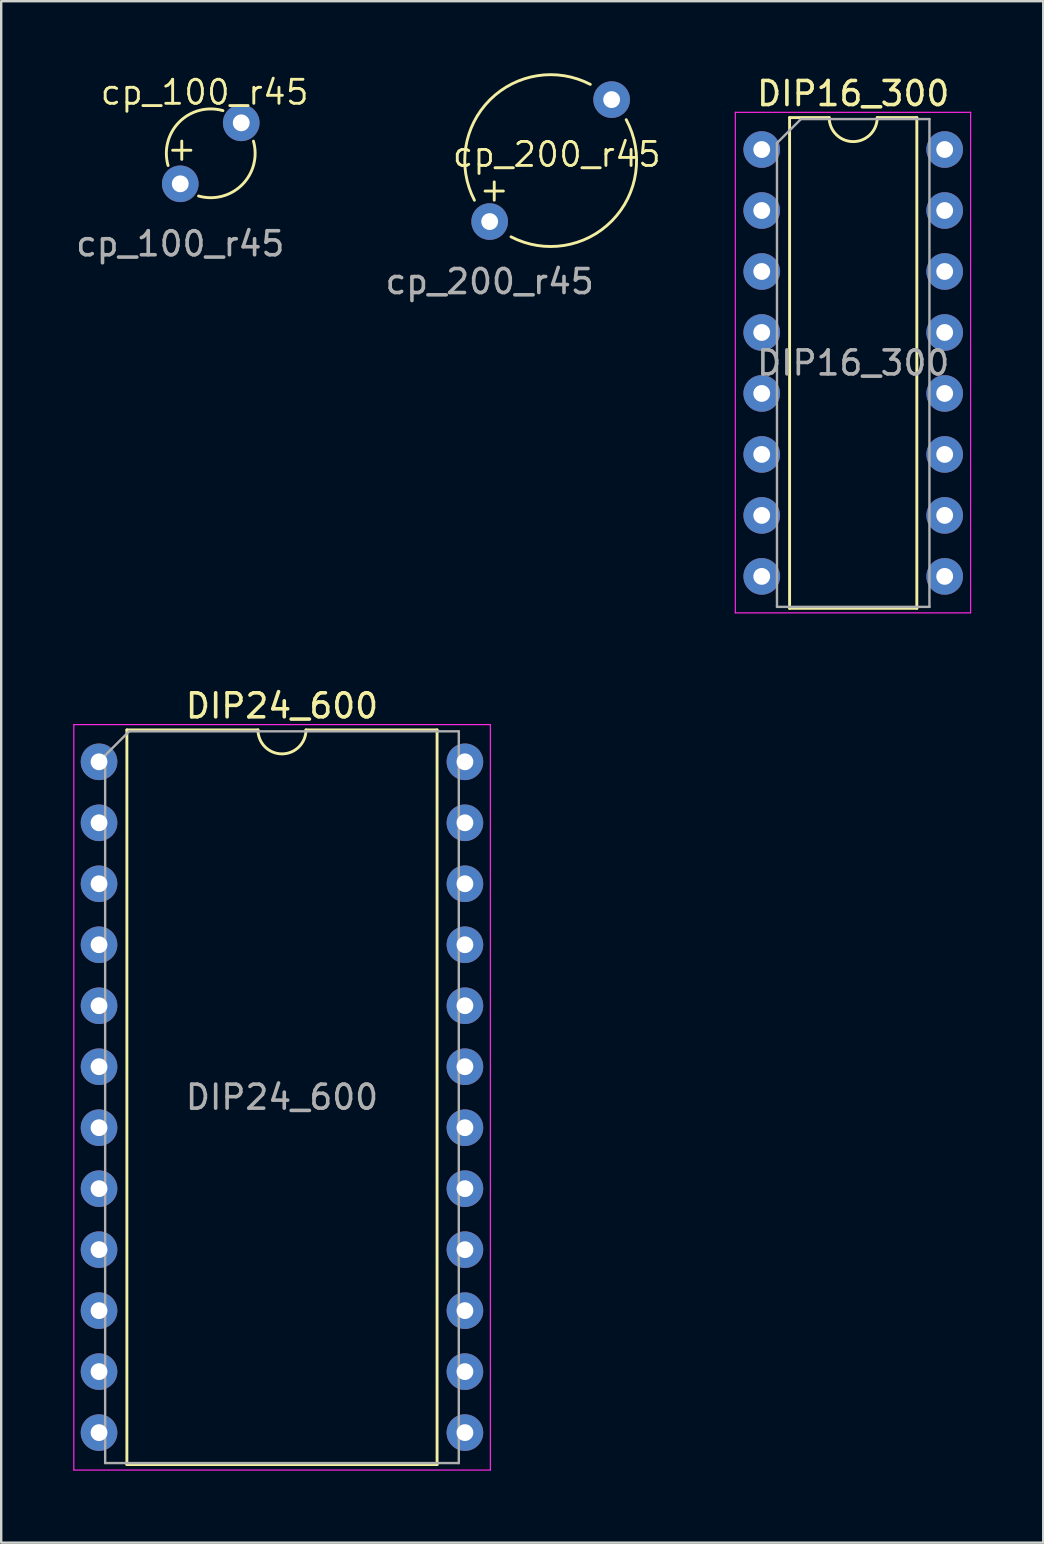
<source format=kicad_pcb>
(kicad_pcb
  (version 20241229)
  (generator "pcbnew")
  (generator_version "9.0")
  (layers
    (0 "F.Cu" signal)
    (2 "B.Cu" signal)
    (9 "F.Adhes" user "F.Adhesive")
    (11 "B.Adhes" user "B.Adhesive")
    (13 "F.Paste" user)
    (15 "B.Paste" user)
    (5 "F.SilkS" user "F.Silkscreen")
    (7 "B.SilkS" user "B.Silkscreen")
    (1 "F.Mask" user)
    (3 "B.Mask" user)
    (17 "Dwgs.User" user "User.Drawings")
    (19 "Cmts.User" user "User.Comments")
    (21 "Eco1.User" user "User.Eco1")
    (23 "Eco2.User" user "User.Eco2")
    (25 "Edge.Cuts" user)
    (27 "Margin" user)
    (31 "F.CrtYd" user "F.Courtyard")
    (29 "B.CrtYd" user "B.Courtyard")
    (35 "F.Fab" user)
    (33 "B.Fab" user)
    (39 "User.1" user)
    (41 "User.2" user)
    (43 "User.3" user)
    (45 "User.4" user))
  (footprint "DIP24_600"
    (layer "F.Cu")
    (at 1.075 28.681)
    (property "Reference" "DIP24_600" (at 7.62 -2.33 0) (layer "F.SilkS") (effects (font (size 1 1) (thickness 0.15))))
    (attr through_hole)
    (fp_line (start 1.16 -1.33) (end 1.16 29.27) (stroke (width 0.12) (type solid)) (layer "F.SilkS"))
    (fp_line (start 1.16 29.27) (end 14.08 29.27) (stroke (width 0.12) (type solid)) (layer "F.SilkS"))
    (fp_line (start 6.62 -1.33) (end 1.16 -1.33) (stroke (width 0.12) (type solid)) (layer "F.SilkS"))
    (fp_line (start 14.08 -1.33) (end 8.62 -1.33) (stroke (width 0.12) (type solid)) (layer "F.SilkS"))
    (fp_line (start 14.08 29.27) (end 14.08 -1.33) (stroke (width 0.12) (type solid)) (layer "F.SilkS"))
    (fp_arc (start 8.62 -1.33) (mid 7.62 -0.33) (end 6.62 -1.33) (stroke (width 0.12) (type solid)) (layer "F.SilkS"))
    (fp_line (start -1.05 -1.55) (end -1.05 29.5) (stroke (width 0.05) (type solid)) (layer "F.CrtYd"))
    (fp_line (start -1.05 29.5) (end 16.3 29.5) (stroke (width 0.05) (type solid)) (layer "F.CrtYd"))
    (fp_line (start 16.3 -1.55) (end -1.05 -1.55) (stroke (width 0.05) (type solid)) (layer "F.CrtYd"))
    (fp_line (start 16.3 29.5) (end 16.3 -1.55) (stroke (width 0.05) (type solid)) (layer "F.CrtYd"))
    (fp_line (start 0.255 -0.27) (end 1.255 -1.27) (stroke (width 0.1) (type solid)) (layer "F.Fab"))
    (fp_line (start 0.255 29.21) (end 0.255 -0.27) (stroke (width 0.1) (type solid)) (layer "F.Fab"))
    (fp_line (start 1.255 -1.27) (end 14.985 -1.27) (stroke (width 0.1) (type solid)) (layer "F.Fab"))
    (fp_line (start 14.985 -1.27) (end 14.985 29.21) (stroke (width 0.1) (type solid)) (layer "F.Fab"))
    (fp_line (start 14.985 29.21) (end 0.255 29.21) (stroke (width 0.1) (type solid)) (layer "F.Fab"))
    (fp_text user "${REFERENCE}" (at 7.62 13.97 0) (layer "F.Fab") (effects (font (size 1 1) (thickness 0.15))))
    (pad "1" thru_hole circle (at 0 0) (size 1.524 1.524) (drill 0.7) (layers "*.Cu" "*.Mask"))
    (pad "2" thru_hole circle (at 0 2.54) (size 1.524 1.524) (drill 0.7) (layers "*.Cu" "*.Mask"))
    (pad "3" thru_hole circle (at 0 5.08) (size 1.524 1.524) (drill 0.7) (layers "*.Cu" "*.Mask"))
    (pad "4" thru_hole circle (at 0 7.62) (size 1.524 1.524) (drill 0.7) (layers "*.Cu" "*.Mask"))
    (pad "5" thru_hole circle (at 0 10.16) (size 1.524 1.524) (drill 0.7) (layers "*.Cu" "*.Mask"))
    (pad "6" thru_hole circle (at 0 12.7) (size 1.524 1.524) (drill 0.7) (layers "*.Cu" "*.Mask"))
    (pad "7" thru_hole circle (at 0 15.24) (size 1.524 1.524) (drill 0.7) (layers "*.Cu" "*.Mask"))
    (pad "8" thru_hole circle (at 0 17.78) (size 1.524 1.524) (drill 0.7) (layers "*.Cu" "*.Mask"))
    (pad "9" thru_hole circle (at 0 20.32) (size 1.524 1.524) (drill 0.7) (layers "*.Cu" "*.Mask"))
    (pad "10" thru_hole circle (at 0 22.86) (size 1.524 1.524) (drill 0.7) (layers "*.Cu" "*.Mask"))
    (pad "11" thru_hole circle (at 0 25.4) (size 1.524 1.524) (drill 0.7) (layers "*.Cu" "*.Mask"))
    (pad "12" thru_hole circle (at 0 27.94) (size 1.524 1.524) (drill 0.7) (layers "*.Cu" "*.Mask"))
    (pad "13" thru_hole circle (at 15.24 27.94) (size 1.524 1.524) (drill 0.7) (layers "*.Cu" "*.Mask"))
    (pad "14" thru_hole circle (at 15.24 25.4) (size 1.524 1.524) (drill 0.7) (layers "*.Cu" "*.Mask"))
    (pad "15" thru_hole circle (at 15.24 22.86) (size 1.524 1.524) (drill 0.7) (layers "*.Cu" "*.Mask"))
    (pad "16" thru_hole circle (at 15.24 20.32) (size 1.524 1.524) (drill 0.7) (layers "*.Cu" "*.Mask"))
    (pad "17" thru_hole circle (at 15.24 17.78) (size 1.524 1.524) (drill 0.7) (layers "*.Cu" "*.Mask"))
    (pad "18" thru_hole circle (at 15.24 15.24) (size 1.524 1.524) (drill 0.7) (layers "*.Cu" "*.Mask"))
    (pad "19" thru_hole circle (at 15.24 12.7) (size 1.524 1.524) (drill 0.7) (layers "*.Cu" "*.Mask"))
    (pad "20" thru_hole circle (at 15.24 10.16) (size 1.524 1.524) (drill 0.7) (layers "*.Cu" "*.Mask"))
    (pad "21" thru_hole circle (at 15.24 7.62) (size 1.524 1.524) (drill 0.7) (layers "*.Cu" "*.Mask"))
    (pad "22" thru_hole circle (at 15.24 5.08) (size 1.524 1.524) (drill 0.7) (layers "*.Cu" "*.Mask"))
    (pad "23" thru_hole circle (at 15.24 2.54) (size 1.524 1.524) (drill 0.7) (layers "*.Cu" "*.Mask"))
    (pad "24" thru_hole circle (at 15.24 0) (size 1.524 1.524) (drill 0.7) (layers "*.Cu" "*.Mask")))
  (footprint "cp_200_r45"
    (layer "F.Cu")
    (at 17.346 6.179)
    (property "Reference" "cp_200_r45" (at 2.794 -2.794 0) (unlocked yes) (layer "F.SilkS") (effects (font (size 1 1) (thickness 0.12))))
    (attr through_hole)
    (fp_arc (start -0.634999 -0.889) (mid 0.009543 -5.070456) (end 4.191 -5.714999) (stroke (width 0.12) (type default)) (layer "F.SilkS"))
    (fp_arc (start 5.68664 -4.24443) (mid 5.091753 -0.03102) (end 0.889 0.634999) (stroke (width 0.12) (type default)) (layer "F.SilkS"))
    (fp_text user "+" (at -0.508 -0.762 0) (unlocked yes) (layer "F.SilkS") (effects (font (size 1 1) (thickness 0.12)) (justify left bottom)))
    (fp_text user "${REFERENCE}" (at 0 2.5 0) (unlocked yes) (layer "F.Fab") (effects (font (size 1 1) (thickness 0.15))))
    (pad "1" thru_hole circle (at 0 0) (size 1.524 1.524) (drill 0.7) (layers "*.Cu" "*.Mask"))
    (pad "2" thru_hole circle (at 5.08 -5.08) (size 1.524 1.524) (drill 0.7) (layers "*.Cu" "*.Mask")))
  (footprint "DIP16_300"
    (layer "F.Cu")
    (at 28.678 3.178)
    (property "Reference" "DIP16_300" (at 3.81 -2.33 0) (layer "F.SilkS") (effects (font (size 1 1) (thickness 0.15))))
    (attr through_hole)
    (fp_line (start 1.16 -1.33) (end 1.16 19.11) (stroke (width 0.12) (type solid)) (layer "F.SilkS"))
    (fp_line (start 1.16 19.11) (end 6.46 19.11) (stroke (width 0.12) (type solid)) (layer "F.SilkS"))
    (fp_line (start 2.81 -1.33) (end 1.16 -1.33) (stroke (width 0.12) (type solid)) (layer "F.SilkS"))
    (fp_line (start 6.46 -1.33) (end 4.81 -1.33) (stroke (width 0.12) (type solid)) (layer "F.SilkS"))
    (fp_line (start 6.46 19.11) (end 6.46 -1.33) (stroke (width 0.12) (type solid)) (layer "F.SilkS"))
    (fp_arc (start 4.81 -1.33) (mid 3.81 -0.33) (end 2.81 -1.33) (stroke (width 0.12) (type solid)) (layer "F.SilkS"))
    (fp_line (start -1.1 -1.55) (end -1.1 19.3) (stroke (width 0.05) (type solid)) (layer "F.CrtYd"))
    (fp_line (start -1.1 19.3) (end 8.7 19.3) (stroke (width 0.05) (type solid)) (layer "F.CrtYd"))
    (fp_line (start 8.7 -1.55) (end -1.1 -1.55) (stroke (width 0.05) (type solid)) (layer "F.CrtYd"))
    (fp_line (start 8.7 19.3) (end 8.7 -1.55) (stroke (width 0.05) (type solid)) (layer "F.CrtYd"))
    (fp_line (start 0.635 -0.27) (end 1.635 -1.27) (stroke (width 0.1) (type solid)) (layer "F.Fab"))
    (fp_line (start 0.635 19.05) (end 0.635 -0.27) (stroke (width 0.1) (type solid)) (layer "F.Fab"))
    (fp_line (start 1.635 -1.27) (end 6.985 -1.27) (stroke (width 0.1) (type solid)) (layer "F.Fab"))
    (fp_line (start 6.985 -1.27) (end 6.985 19.05) (stroke (width 0.1) (type solid)) (layer "F.Fab"))
    (fp_line (start 6.985 19.05) (end 0.635 19.05) (stroke (width 0.1) (type solid)) (layer "F.Fab"))
    (fp_text user "${REFERENCE}" (at 3.81 8.89 0) (layer "F.Fab") (effects (font (size 1 1) (thickness 0.15))))
    (pad "1" thru_hole circle (at 0 0) (size 1.524 1.524) (drill 0.7) (layers "*.Cu" "*.Mask"))
    (pad "2" thru_hole circle (at 0 2.54) (size 1.524 1.524) (drill 0.7) (layers "*.Cu" "*.Mask"))
    (pad "3" thru_hole circle (at 0 5.08) (size 1.524 1.524) (drill 0.7) (layers "*.Cu" "*.Mask"))
    (pad "4" thru_hole circle (at 0 7.62) (size 1.524 1.524) (drill 0.7) (layers "*.Cu" "*.Mask"))
    (pad "5" thru_hole circle (at 0 10.16) (size 1.524 1.524) (drill 0.7) (layers "*.Cu" "*.Mask"))
    (pad "6" thru_hole circle (at 0 12.7) (size 1.524 1.524) (drill 0.7) (layers "*.Cu" "*.Mask"))
    (pad "7" thru_hole circle (at 0 15.24) (size 1.524 1.524) (drill 0.7) (layers "*.Cu" "*.Mask"))
    (pad "8" thru_hole circle (at 0 17.78) (size 1.524 1.524) (drill 0.7) (layers "*.Cu" "*.Mask"))
    (pad "9" thru_hole circle (at 7.62 17.78) (size 1.524 1.524) (drill 0.7) (layers "*.Cu" "*.Mask"))
    (pad "10" thru_hole circle (at 7.62 15.24) (size 1.524 1.524) (drill 0.7) (layers "*.Cu" "*.Mask"))
    (pad "11" thru_hole circle (at 7.62 12.7) (size 1.524 1.524) (drill 0.7) (layers "*.Cu" "*.Mask"))
    (pad "12" thru_hole circle (at 7.62 10.16) (size 1.524 1.524) (drill 0.7) (layers "*.Cu" "*.Mask"))
    (pad "13" thru_hole circle (at 7.62 7.62) (size 1.524 1.524) (drill 0.7) (layers "*.Cu" "*.Mask"))
    (pad "14" thru_hole circle (at 7.62 5.08) (size 1.524 1.524) (drill 0.7) (layers "*.Cu" "*.Mask"))
    (pad "15" thru_hole circle (at 7.62 2.54) (size 1.524 1.524) (drill 0.7) (layers "*.Cu" "*.Mask"))
    (pad "16" thru_hole circle (at 7.62 0) (size 1.524 1.524) (drill 0.7) (layers "*.Cu" "*.Mask")))
  (footprint "cp_100_r45"
    (layer "F.Cu")
    (at 4.458 4.606)
    (property "Reference" "cp_100_r45" (at 1.016 -3.81 0) (unlocked yes) (layer "F.SilkS") (effects (font (size 1 1) (thickness 0.12))))
    (attr through_hole)
    (fp_arc (start -0.507999 -0.762) (mid -0.037544 -2.577543) (end 1.778 -3.047999) (stroke (width 0.12) (type default)) (layer "F.SilkS"))
    (fp_arc (start 3.047999 -1.778) (mid 2.577544 0.037545) (end 0.762 0.507999) (stroke (width 0.12) (type default)) (layer "F.SilkS"))
    (fp_text user "+" (at -0.635 -0.889 0) (unlocked yes) (layer "F.SilkS") (effects (font (size 1 1) (thickness 0.12)) (justify left bottom)))
    (fp_text user "${REFERENCE}" (at 0 2.5 0) (unlocked yes) (layer "F.Fab") (effects (font (size 1 1) (thickness 0.15))))
    (pad "1" thru_hole circle (at 0 0) (size 1.524 1.524) (drill 0.7) (layers "*.Cu" "*.Mask"))
    (pad "2" thru_hole circle (at 2.54 -2.54) (size 1.524 1.524) (drill 0.7) (layers "*.Cu" "*.Mask")))
  (gr_rect
    (start -3 -3)
    (end 40.403 61.206)
    (stroke (width 0.1) (type default))
    (fill no)
    (layer "Edge.Cuts")))
</source>
